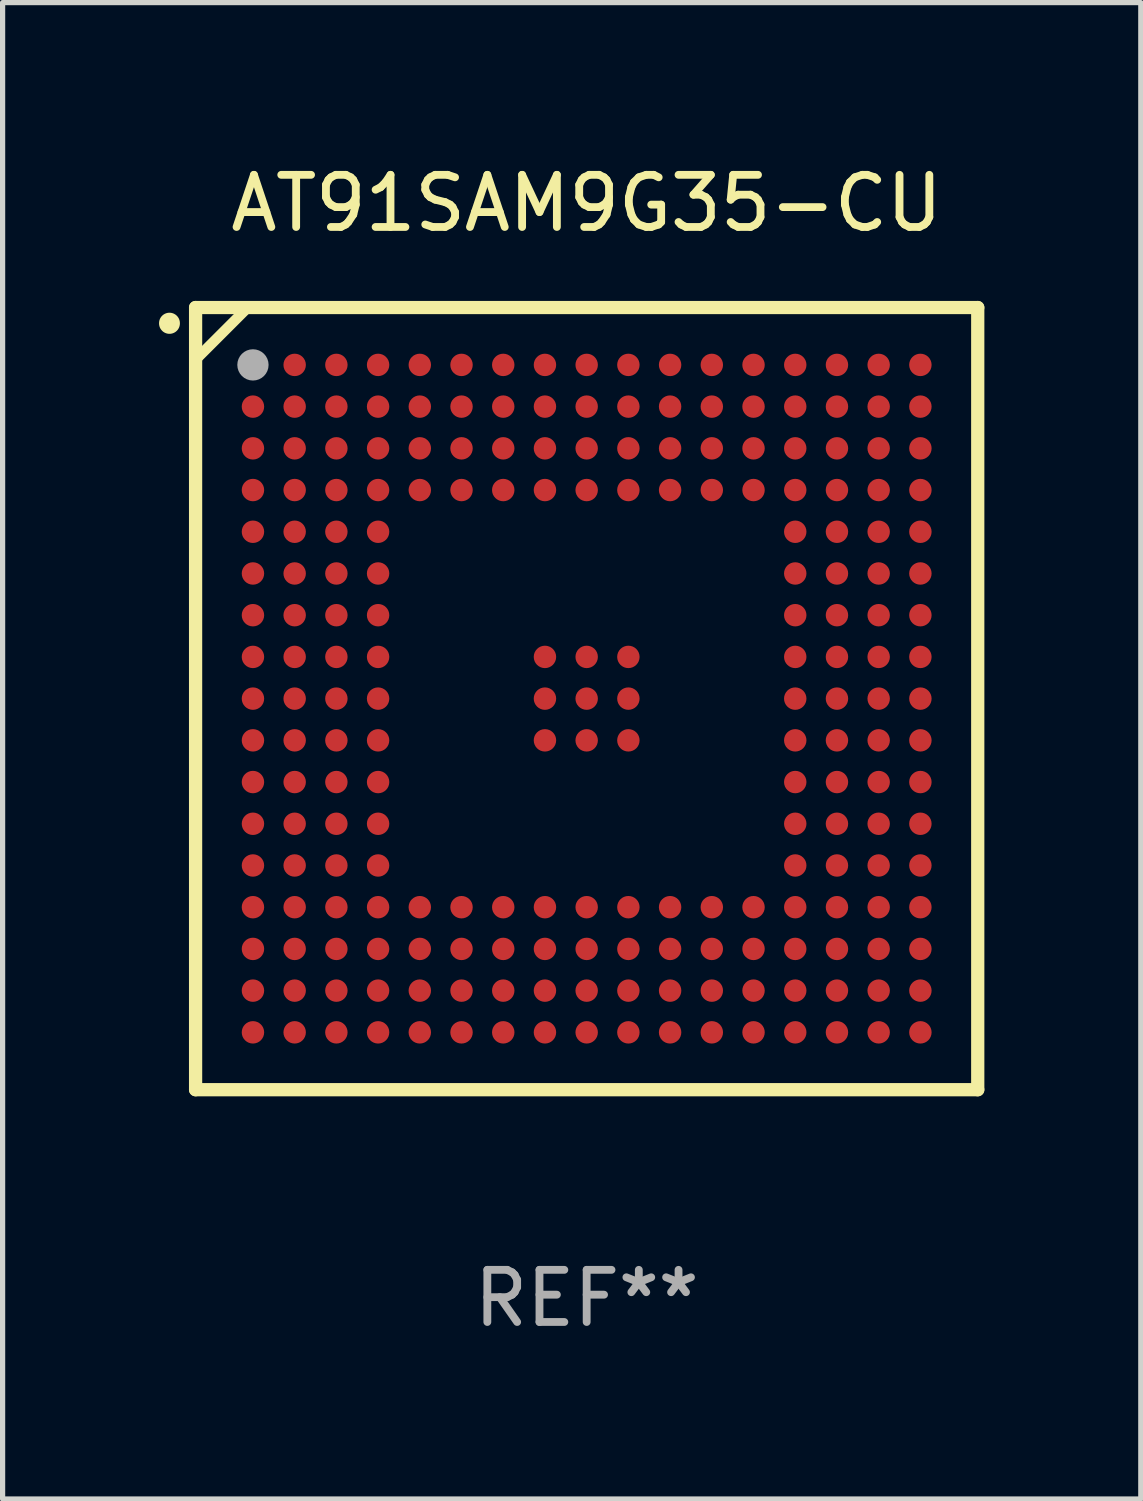
<source format=kicad_pcb>
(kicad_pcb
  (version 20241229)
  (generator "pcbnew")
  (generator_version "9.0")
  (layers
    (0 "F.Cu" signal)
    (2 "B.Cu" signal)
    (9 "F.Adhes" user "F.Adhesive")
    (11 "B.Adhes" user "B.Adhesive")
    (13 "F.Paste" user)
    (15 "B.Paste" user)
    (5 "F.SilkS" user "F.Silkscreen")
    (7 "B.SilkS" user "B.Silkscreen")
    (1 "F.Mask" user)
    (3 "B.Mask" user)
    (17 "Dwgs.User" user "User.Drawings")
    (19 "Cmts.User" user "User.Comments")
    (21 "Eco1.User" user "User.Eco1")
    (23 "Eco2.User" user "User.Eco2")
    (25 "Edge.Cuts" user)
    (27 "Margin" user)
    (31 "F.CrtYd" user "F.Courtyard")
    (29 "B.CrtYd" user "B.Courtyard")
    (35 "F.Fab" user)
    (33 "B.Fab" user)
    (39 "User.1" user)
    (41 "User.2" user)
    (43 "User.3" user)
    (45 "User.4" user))
  (footprint "AT91SAM9G35-CU"
    (layer "F.Cu")
    (at 8.201 10.348)
    (property "Reference" "AT91SAM9G35-CU" (at 0 -9.5 0) (layer "F.SilkS") (effects (font (size 1 1) (thickness 0.15))))
    (attr through_hole)
    (fp_line (start -7.5 -7.5) (end 7.5 -7.5) (stroke (width 0.254) (type solid)) (layer "F.SilkS"))
    (fp_line (start -7.5 -6.5) (end -6.5 -7.5) (stroke (width 0.2) (type solid)) (layer "F.SilkS"))
    (fp_line (start -7.5 7.5) (end -7.5 -7.5) (stroke (width 0.254) (type solid)) (layer "F.SilkS"))
    (fp_line (start 7.5 -7.5) (end 7.5 7.5) (stroke (width 0.254) (type solid)) (layer "F.SilkS"))
    (fp_line (start 7.5 7.5) (end -7.5 7.5) (stroke (width 0.254) (type solid)) (layer "F.SilkS"))
    (fp_arc (start -8.001016 -7.195847) (mid -8.001032 -7.198387) (end -8.001016 -7.200927) (stroke (width 0.4) (type solid)) (layer "F.SilkS"))
    (fp_circle (center -7.5 -7.5) (end -7.47 -7.5) (stroke (width 0.06) (type solid)) (fill no) (layer "F.SilkS"))
    (fp_circle (center -6.4 -6.4) (end -6.25 -6.4) (stroke (width 0.3) (type solid)) (fill no) (layer "F.Fab"))
    (fp_text user "REF**" (at 0 11.5 0) (layer "F.Fab") (effects (font (size 1 1) (thickness 0.15))))
    (pad "A1" smd circle (at -6.4 -6.4) (size 0.43 0.43) (layers "F.Cu" "F.Mask" "F.Paste"))
    (pad "A2" smd circle (at -5.6 -6.4) (size 0.43 0.43) (layers "F.Cu" "F.Mask" "F.Paste"))
    (pad "A3" smd circle (at -4.8 -6.4) (size 0.43 0.43) (layers "F.Cu" "F.Mask" "F.Paste"))
    (pad "A4" smd circle (at -4 -6.4) (size 0.43 0.43) (layers "F.Cu" "F.Mask" "F.Paste"))
    (pad "A5" smd circle (at -3.2 -6.4) (size 0.43 0.43) (layers "F.Cu" "F.Mask" "F.Paste"))
    (pad "A6" smd circle (at -2.4 -6.4) (size 0.43 0.43) (layers "F.Cu" "F.Mask" "F.Paste"))
    (pad "A7" smd circle (at -1.6 -6.4) (size 0.43 0.43) (layers "F.Cu" "F.Mask" "F.Paste"))
    (pad "A8" smd circle (at -0.8 -6.4) (size 0.43 0.43) (layers "F.Cu" "F.Mask" "F.Paste"))
    (pad "A9" smd circle (at 0 -6.4) (size 0.43 0.43) (layers "F.Cu" "F.Mask" "F.Paste"))
    (pad "A10" smd circle (at 0.8 -6.4) (size 0.43 0.43) (layers "F.Cu" "F.Mask" "F.Paste"))
    (pad "A11" smd circle (at 1.6 -6.4) (size 0.43 0.43) (layers "F.Cu" "F.Mask" "F.Paste"))
    (pad "A12" smd circle (at 2.4 -6.4) (size 0.43 0.43) (layers "F.Cu" "F.Mask" "F.Paste"))
    (pad "A13" smd circle (at 3.2 -6.4) (size 0.43 0.43) (layers "F.Cu" "F.Mask" "F.Paste"))
    (pad "A14" smd circle (at 4 -6.4) (size 0.43 0.43) (layers "F.Cu" "F.Mask" "F.Paste"))
    (pad "A15" smd circle (at 4.8 -6.4) (size 0.43 0.43) (layers "F.Cu" "F.Mask" "F.Paste"))
    (pad "A16" smd circle (at 5.6 -6.4) (size 0.43 0.43) (layers "F.Cu" "F.Mask" "F.Paste"))
    (pad "A17" smd circle (at 6.4 -6.4) (size 0.43 0.43) (layers "F.Cu" "F.Mask" "F.Paste"))
    (pad "B1" smd circle (at -6.4 -5.6) (size 0.43 0.43) (layers "F.Cu" "F.Mask" "F.Paste"))
    (pad "B2" smd circle (at -5.6 -5.6) (size 0.43 0.43) (layers "F.Cu" "F.Mask" "F.Paste"))
    (pad "B3" smd circle (at -4.8 -5.6) (size 0.43 0.43) (layers "F.Cu" "F.Mask" "F.Paste"))
    (pad "B4" smd circle (at -4 -5.6) (size 0.43 0.43) (layers "F.Cu" "F.Mask" "F.Paste"))
    (pad "B5" smd circle (at -3.2 -5.6) (size 0.43 0.43) (layers "F.Cu" "F.Mask" "F.Paste"))
    (pad "B6" smd circle (at -2.4 -5.6) (size 0.43 0.43) (layers "F.Cu" "F.Mask" "F.Paste"))
    (pad "B7" smd circle (at -1.6 -5.6) (size 0.43 0.43) (layers "F.Cu" "F.Mask" "F.Paste"))
    (pad "B8" smd circle (at -0.8 -5.6) (size 0.43 0.43) (layers "F.Cu" "F.Mask" "F.Paste"))
    (pad "B9" smd circle (at 0 -5.6) (size 0.43 0.43) (layers "F.Cu" "F.Mask" "F.Paste"))
    (pad "B10" smd circle (at 0.8 -5.6) (size 0.43 0.43) (layers "F.Cu" "F.Mask" "F.Paste"))
    (pad "B11" smd circle (at 1.6 -5.6) (size 0.43 0.43) (layers "F.Cu" "F.Mask" "F.Paste"))
    (pad "B12" smd circle (at 2.4 -5.6) (size 0.43 0.43) (layers "F.Cu" "F.Mask" "F.Paste"))
    (pad "B13" smd circle (at 3.2 -5.6) (size 0.43 0.43) (layers "F.Cu" "F.Mask" "F.Paste"))
    (pad "B14" smd circle (at 4 -5.6) (size 0.43 0.43) (layers "F.Cu" "F.Mask" "F.Paste"))
    (pad "B15" smd circle (at 4.8 -5.6) (size 0.43 0.43) (layers "F.Cu" "F.Mask" "F.Paste"))
    (pad "B16" smd circle (at 5.6 -5.6) (size 0.43 0.43) (layers "F.Cu" "F.Mask" "F.Paste"))
    (pad "B17" smd circle (at 6.4 -5.6) (size 0.43 0.43) (layers "F.Cu" "F.Mask" "F.Paste"))
    (pad "C1" smd circle (at -6.4 -4.8) (size 0.43 0.43) (layers "F.Cu" "F.Mask" "F.Paste"))
    (pad "C2" smd circle (at -5.6 -4.8) (size 0.43 0.43) (layers "F.Cu" "F.Mask" "F.Paste"))
    (pad "C3" smd circle (at -4.8 -4.8) (size 0.43 0.43) (layers "F.Cu" "F.Mask" "F.Paste"))
    (pad "C4" smd circle (at -4 -4.8) (size 0.43 0.43) (layers "F.Cu" "F.Mask" "F.Paste"))
    (pad "C5" smd circle (at -3.2 -4.8) (size 0.43 0.43) (layers "F.Cu" "F.Mask" "F.Paste"))
    (pad "C6" smd circle (at -2.4 -4.8) (size 0.43 0.43) (layers "F.Cu" "F.Mask" "F.Paste"))
    (pad "C7" smd circle (at -1.6 -4.8) (size 0.43 0.43) (layers "F.Cu" "F.Mask" "F.Paste"))
    (pad "C8" smd circle (at -0.8 -4.8) (size 0.43 0.43) (layers "F.Cu" "F.Mask" "F.Paste"))
    (pad "C9" smd circle (at 0 -4.8) (size 0.43 0.43) (layers "F.Cu" "F.Mask" "F.Paste"))
    (pad "C10" smd circle (at 0.8 -4.8) (size 0.43 0.43) (layers "F.Cu" "F.Mask" "F.Paste"))
    (pad "C11" smd circle (at 1.6 -4.8) (size 0.43 0.43) (layers "F.Cu" "F.Mask" "F.Paste"))
    (pad "C12" smd circle (at 2.4 -4.8) (size 0.43 0.43) (layers "F.Cu" "F.Mask" "F.Paste"))
    (pad "C13" smd circle (at 3.2 -4.8) (size 0.43 0.43) (layers "F.Cu" "F.Mask" "F.Paste"))
    (pad "C14" smd circle (at 4 -4.8) (size 0.43 0.43) (layers "F.Cu" "F.Mask" "F.Paste"))
    (pad "C15" smd circle (at 4.8 -4.8) (size 0.43 0.43) (layers "F.Cu" "F.Mask" "F.Paste"))
    (pad "C16" smd circle (at 5.6 -4.8) (size 0.43 0.43) (layers "F.Cu" "F.Mask" "F.Paste"))
    (pad "C17" smd circle (at 6.4 -4.8) (size 0.43 0.43) (layers "F.Cu" "F.Mask" "F.Paste"))
    (pad "D1" smd circle (at -6.4 -4) (size 0.43 0.43) (layers "F.Cu" "F.Mask" "F.Paste"))
    (pad "D2" smd circle (at -5.6 -4) (size 0.43 0.43) (layers "F.Cu" "F.Mask" "F.Paste"))
    (pad "D3" smd circle (at -4.8 -4) (size 0.43 0.43) (layers "F.Cu" "F.Mask" "F.Paste"))
    (pad "D4" smd circle (at -4 -4) (size 0.43 0.43) (layers "F.Cu" "F.Mask" "F.Paste"))
    (pad "D5" smd circle (at -3.2 -4) (size 0.43 0.43) (layers "F.Cu" "F.Mask" "F.Paste"))
    (pad "D6" smd circle (at -2.4 -4) (size 0.43 0.43) (layers "F.Cu" "F.Mask" "F.Paste"))
    (pad "D7" smd circle (at -1.6 -4) (size 0.43 0.43) (layers "F.Cu" "F.Mask" "F.Paste"))
    (pad "D8" smd circle (at -0.8 -4) (size 0.43 0.43) (layers "F.Cu" "F.Mask" "F.Paste"))
    (pad "D9" smd circle (at 0 -4) (size 0.43 0.43) (layers "F.Cu" "F.Mask" "F.Paste"))
    (pad "D10" smd circle (at 0.8 -4) (size 0.43 0.43) (layers "F.Cu" "F.Mask" "F.Paste"))
    (pad "D11" smd circle (at 1.6 -4) (size 0.43 0.43) (layers "F.Cu" "F.Mask" "F.Paste"))
    (pad "D12" smd circle (at 2.4 -4) (size 0.43 0.43) (layers "F.Cu" "F.Mask" "F.Paste"))
    (pad "D13" smd circle (at 3.2 -4) (size 0.43 0.43) (layers "F.Cu" "F.Mask" "F.Paste"))
    (pad "D14" smd circle (at 4 -4) (size 0.43 0.43) (layers "F.Cu" "F.Mask" "F.Paste"))
    (pad "D15" smd circle (at 4.8 -4) (size 0.43 0.43) (layers "F.Cu" "F.Mask" "F.Paste"))
    (pad "D16" smd circle (at 5.6 -4) (size 0.43 0.43) (layers "F.Cu" "F.Mask" "F.Paste"))
    (pad "D17" smd circle (at 6.4 -4) (size 0.43 0.43) (layers "F.Cu" "F.Mask" "F.Paste"))
    (pad "E1" smd circle (at -6.4 -3.2) (size 0.43 0.43) (layers "F.Cu" "F.Mask" "F.Paste"))
    (pad "E2" smd circle (at -5.6 -3.2) (size 0.43 0.43) (layers "F.Cu" "F.Mask" "F.Paste"))
    (pad "E3" smd circle (at -4.8 -3.2) (size 0.43 0.43) (layers "F.Cu" "F.Mask" "F.Paste"))
    (pad "E4" smd circle (at -4 -3.2) (size 0.43 0.43) (layers "F.Cu" "F.Mask" "F.Paste"))
    (pad "E14" smd circle (at 4 -3.2) (size 0.43 0.43) (layers "F.Cu" "F.Mask" "F.Paste"))
    (pad "E15" smd circle (at 4.8 -3.2) (size 0.43 0.43) (layers "F.Cu" "F.Mask" "F.Paste"))
    (pad "E16" smd circle (at 5.6 -3.2) (size 0.43 0.43) (layers "F.Cu" "F.Mask" "F.Paste"))
    (pad "E17" smd circle (at 6.4 -3.2) (size 0.43 0.43) (layers "F.Cu" "F.Mask" "F.Paste"))
    (pad "F1" smd circle (at -6.4 -2.4) (size 0.43 0.43) (layers "F.Cu" "F.Mask" "F.Paste"))
    (pad "F2" smd circle (at -5.6 -2.4) (size 0.43 0.43) (layers "F.Cu" "F.Mask" "F.Paste"))
    (pad "F3" smd circle (at -4.8 -2.4) (size 0.43 0.43) (layers "F.Cu" "F.Mask" "F.Paste"))
    (pad "F4" smd circle (at -4 -2.4) (size 0.43 0.43) (layers "F.Cu" "F.Mask" "F.Paste"))
    (pad "F14" smd circle (at 4 -2.4) (size 0.43 0.43) (layers "F.Cu" "F.Mask" "F.Paste"))
    (pad "F15" smd circle (at 4.8 -2.4) (size 0.43 0.43) (layers "F.Cu" "F.Mask" "F.Paste"))
    (pad "F16" smd circle (at 5.6 -2.4) (size 0.43 0.43) (layers "F.Cu" "F.Mask" "F.Paste"))
    (pad "F17" smd circle (at 6.4 -2.4) (size 0.43 0.43) (layers "F.Cu" "F.Mask" "F.Paste"))
    (pad "G1" smd circle (at -6.4 -1.6) (size 0.43 0.43) (layers "F.Cu" "F.Mask" "F.Paste"))
    (pad "G2" smd circle (at -5.6 -1.6) (size 0.43 0.43) (layers "F.Cu" "F.Mask" "F.Paste"))
    (pad "G3" smd circle (at -4.8 -1.6) (size 0.43 0.43) (layers "F.Cu" "F.Mask" "F.Paste"))
    (pad "G4" smd circle (at -4 -1.6) (size 0.43 0.43) (layers "F.Cu" "F.Mask" "F.Paste"))
    (pad "G14" smd circle (at 4 -1.6) (size 0.43 0.43) (layers "F.Cu" "F.Mask" "F.Paste"))
    (pad "G15" smd circle (at 4.8 -1.6) (size 0.43 0.43) (layers "F.Cu" "F.Mask" "F.Paste"))
    (pad "G16" smd circle (at 5.6 -1.6) (size 0.43 0.43) (layers "F.Cu" "F.Mask" "F.Paste"))
    (pad "G17" smd circle (at 6.4 -1.6) (size 0.43 0.43) (layers "F.Cu" "F.Mask" "F.Paste"))
    (pad "H1" smd circle (at -6.4 -0.8) (size 0.43 0.43) (layers "F.Cu" "F.Mask" "F.Paste"))
    (pad "H2" smd circle (at -5.6 -0.8) (size 0.43 0.43) (layers "F.Cu" "F.Mask" "F.Paste"))
    (pad "H3" smd circle (at -4.8 -0.8) (size 0.43 0.43) (layers "F.Cu" "F.Mask" "F.Paste"))
    (pad "H4" smd circle (at -4 -0.8) (size 0.43 0.43) (layers "F.Cu" "F.Mask" "F.Paste"))
    (pad "H8" smd circle (at -0.8 -0.8) (size 0.43 0.43) (layers "F.Cu" "F.Mask" "F.Paste"))
    (pad "H9" smd circle (at 0 -0.8) (size 0.43 0.43) (layers "F.Cu" "F.Mask" "F.Paste"))
    (pad "H10" smd circle (at 0.8 -0.8) (size 0.43 0.43) (layers "F.Cu" "F.Mask" "F.Paste"))
    (pad "H14" smd circle (at 4 -0.8) (size 0.43 0.43) (layers "F.Cu" "F.Mask" "F.Paste"))
    (pad "H15" smd circle (at 4.8 -0.8) (size 0.43 0.43) (layers "F.Cu" "F.Mask" "F.Paste"))
    (pad "H16" smd circle (at 5.6 -0.8) (size 0.43 0.43) (layers "F.Cu" "F.Mask" "F.Paste"))
    (pad "H17" smd circle (at 6.4 -0.8) (size 0.43 0.43) (layers "F.Cu" "F.Mask" "F.Paste"))
    (pad "J1" smd circle (at -6.4 -0.000013) (size 0.43 0.43) (layers "F.Cu" "F.Mask" "F.Paste"))
    (pad "J2" smd circle (at -5.6 -0.000013) (size 0.43 0.43) (layers "F.Cu" "F.Mask" "F.Paste"))
    (pad "J3" smd circle (at -4.8 -0.000013) (size 0.43 0.43) (layers "F.Cu" "F.Mask" "F.Paste"))
    (pad "J4" smd circle (at -4 -0.000013) (size 0.43 0.43) (layers "F.Cu" "F.Mask" "F.Paste"))
    (pad "J8" smd circle (at -0.8 -0.000013) (size 0.43 0.43) (layers "F.Cu" "F.Mask" "F.Paste"))
    (pad "J9" smd circle (at 0 -0.000013) (size 0.43 0.43) (layers "F.Cu" "F.Mask" "F.Paste"))
    (pad "J10" smd circle (at 0.8 -0.000013) (size 0.43 0.43) (layers "F.Cu" "F.Mask" "F.Paste"))
    (pad "J14" smd circle (at 4 -0.000013) (size 0.43 0.43) (layers "F.Cu" "F.Mask" "F.Paste"))
    (pad "J15" smd circle (at 4.8 -0.000013) (size 0.43 0.43) (layers "F.Cu" "F.Mask" "F.Paste"))
    (pad "J16" smd circle (at 5.6 -0.000013) (size 0.43 0.43) (layers "F.Cu" "F.Mask" "F.Paste"))
    (pad "J17" smd circle (at 6.4 -0.000013) (size 0.43 0.43) (layers "F.Cu" "F.Mask" "F.Paste"))
    (pad "K1" smd circle (at -6.4 0.8) (size 0.43 0.43) (layers "F.Cu" "F.Mask" "F.Paste"))
    (pad "K2" smd circle (at -5.6 0.8) (size 0.43 0.43) (layers "F.Cu" "F.Mask" "F.Paste"))
    (pad "K3" smd circle (at -4.8 0.8) (size 0.43 0.43) (layers "F.Cu" "F.Mask" "F.Paste"))
    (pad "K4" smd circle (at -4 0.8) (size 0.43 0.43) (layers "F.Cu" "F.Mask" "F.Paste"))
    (pad "K8" smd circle (at -0.8 0.8) (size 0.43 0.43) (layers "F.Cu" "F.Mask" "F.Paste"))
    (pad "K9" smd circle (at 0 0.8) (size 0.43 0.43) (layers "F.Cu" "F.Mask" "F.Paste"))
    (pad "K10" smd circle (at 0.8 0.8) (size 0.43 0.43) (layers "F.Cu" "F.Mask" "F.Paste"))
    (pad "K14" smd circle (at 4 0.8) (size 0.43 0.43) (layers "F.Cu" "F.Mask" "F.Paste"))
    (pad "K15" smd circle (at 4.8 0.8) (size 0.43 0.43) (layers "F.Cu" "F.Mask" "F.Paste"))
    (pad "K16" smd circle (at 5.6 0.8) (size 0.43 0.43) (layers "F.Cu" "F.Mask" "F.Paste"))
    (pad "K17" smd circle (at 6.4 0.8) (size 0.43 0.43) (layers "F.Cu" "F.Mask" "F.Paste"))
    (pad "L1" smd circle (at -6.4 1.6) (size 0.43 0.43) (layers "F.Cu" "F.Mask" "F.Paste"))
    (pad "L2" smd circle (at -5.6 1.6) (size 0.43 0.43) (layers "F.Cu" "F.Mask" "F.Paste"))
    (pad "L3" smd circle (at -4.8 1.6) (size 0.43 0.43) (layers "F.Cu" "F.Mask" "F.Paste"))
    (pad "L4" smd circle (at -4 1.6) (size 0.43 0.43) (layers "F.Cu" "F.Mask" "F.Paste"))
    (pad "L14" smd circle (at 4 1.6) (size 0.43 0.43) (layers "F.Cu" "F.Mask" "F.Paste"))
    (pad "L15" smd circle (at 4.8 1.6) (size 0.43 0.43) (layers "F.Cu" "F.Mask" "F.Paste"))
    (pad "L16" smd circle (at 5.6 1.6) (size 0.43 0.43) (layers "F.Cu" "F.Mask" "F.Paste"))
    (pad "L17" smd circle (at 6.4 1.6) (size 0.43 0.43) (layers "F.Cu" "F.Mask" "F.Paste"))
    (pad "M1" smd circle (at -6.4 2.4) (size 0.43 0.43) (layers "F.Cu" "F.Mask" "F.Paste"))
    (pad "M2" smd circle (at -5.6 2.4) (size 0.43 0.43) (layers "F.Cu" "F.Mask" "F.Paste"))
    (pad "M3" smd circle (at -4.8 2.4) (size 0.43 0.43) (layers "F.Cu" "F.Mask" "F.Paste"))
    (pad "M4" smd circle (at -4 2.4) (size 0.43 0.43) (layers "F.Cu" "F.Mask" "F.Paste"))
    (pad "M14" smd circle (at 4 2.4) (size 0.43 0.43) (layers "F.Cu" "F.Mask" "F.Paste"))
    (pad "M15" smd circle (at 4.8 2.4) (size 0.43 0.43) (layers "F.Cu" "F.Mask" "F.Paste"))
    (pad "M16" smd circle (at 5.6 2.4) (size 0.43 0.43) (layers "F.Cu" "F.Mask" "F.Paste"))
    (pad "M17" smd circle (at 6.4 2.4) (size 0.43 0.43) (layers "F.Cu" "F.Mask" "F.Paste"))
    (pad "N1" smd circle (at -6.4 3.2) (size 0.43 0.43) (layers "F.Cu" "F.Mask" "F.Paste"))
    (pad "N2" smd circle (at -5.6 3.2) (size 0.43 0.43) (layers "F.Cu" "F.Mask" "F.Paste"))
    (pad "N3" smd circle (at -4.8 3.2) (size 0.43 0.43) (layers "F.Cu" "F.Mask" "F.Paste"))
    (pad "N4" smd circle (at -4 3.2) (size 0.43 0.43) (layers "F.Cu" "F.Mask" "F.Paste"))
    (pad "N14" smd circle (at 4 3.2) (size 0.43 0.43) (layers "F.Cu" "F.Mask" "F.Paste"))
    (pad "N15" smd circle (at 4.8 3.2) (size 0.43 0.43) (layers "F.Cu" "F.Mask" "F.Paste"))
    (pad "N16" smd circle (at 5.6 3.2) (size 0.43 0.43) (layers "F.Cu" "F.Mask" "F.Paste"))
    (pad "N17" smd circle (at 6.4 3.2) (size 0.43 0.43) (layers "F.Cu" "F.Mask" "F.Paste"))
    (pad "P1" smd circle (at -6.4 4) (size 0.43 0.43) (layers "F.Cu" "F.Mask" "F.Paste"))
    (pad "P2" smd circle (at -5.6 4) (size 0.43 0.43) (layers "F.Cu" "F.Mask" "F.Paste"))
    (pad "P3" smd circle (at -4.8 4) (size 0.43 0.43) (layers "F.Cu" "F.Mask" "F.Paste"))
    (pad "P4" smd circle (at -4 4) (size 0.43 0.43) (layers "F.Cu" "F.Mask" "F.Paste"))
    (pad "P5" smd circle (at -3.2 4) (size 0.43 0.43) (layers "F.Cu" "F.Mask" "F.Paste"))
    (pad "P6" smd circle (at -2.4 4) (size 0.43 0.43) (layers "F.Cu" "F.Mask" "F.Paste"))
    (pad "P7" smd circle (at -1.6 4) (size 0.43 0.43) (layers "F.Cu" "F.Mask" "F.Paste"))
    (pad "P8" smd circle (at -0.8 4) (size 0.43 0.43) (layers "F.Cu" "F.Mask" "F.Paste"))
    (pad "P9" smd circle (at 0 4) (size 0.43 0.43) (layers "F.Cu" "F.Mask" "F.Paste"))
    (pad "P10" smd circle (at 0.8 4) (size 0.43 0.43) (layers "F.Cu" "F.Mask" "F.Paste"))
    (pad "P11" smd circle (at 1.6 4) (size 0.43 0.43) (layers "F.Cu" "F.Mask" "F.Paste"))
    (pad "P12" smd circle (at 2.4 4) (size 0.43 0.43) (layers "F.Cu" "F.Mask" "F.Paste"))
    (pad "P13" smd circle (at 3.2 4) (size 0.43 0.43) (layers "F.Cu" "F.Mask" "F.Paste"))
    (pad "P14" smd circle (at 4 4) (size 0.43 0.43) (layers "F.Cu" "F.Mask" "F.Paste"))
    (pad "P15" smd circle (at 4.8 4) (size 0.43 0.43) (layers "F.Cu" "F.Mask" "F.Paste"))
    (pad "P16" smd circle (at 5.6 4) (size 0.43 0.43) (layers "F.Cu" "F.Mask" "F.Paste"))
    (pad "P17" smd circle (at 6.4 4) (size 0.43 0.43) (layers "F.Cu" "F.Mask" "F.Paste"))
    (pad "R1" smd circle (at -6.4 4.8) (size 0.43 0.43) (layers "F.Cu" "F.Mask" "F.Paste"))
    (pad "R2" smd circle (at -5.6 4.8) (size 0.43 0.43) (layers "F.Cu" "F.Mask" "F.Paste"))
    (pad "R3" smd circle (at -4.8 4.8) (size 0.43 0.43) (layers "F.Cu" "F.Mask" "F.Paste"))
    (pad "R4" smd circle (at -4 4.8) (size 0.43 0.43) (layers "F.Cu" "F.Mask" "F.Paste"))
    (pad "R5" smd circle (at -3.2 4.8) (size 0.43 0.43) (layers "F.Cu" "F.Mask" "F.Paste"))
    (pad "R6" smd circle (at -2.4 4.8) (size 0.43 0.43) (layers "F.Cu" "F.Mask" "F.Paste"))
    (pad "R7" smd circle (at -1.6 4.8) (size 0.43 0.43) (layers "F.Cu" "F.Mask" "F.Paste"))
    (pad "R8" smd circle (at -0.8 4.8) (size 0.43 0.43) (layers "F.Cu" "F.Mask" "F.Paste"))
    (pad "R9" smd circle (at 0 4.8) (size 0.43 0.43) (layers "F.Cu" "F.Mask" "F.Paste"))
    (pad "R10" smd circle (at 0.8 4.8) (size 0.43 0.43) (layers "F.Cu" "F.Mask" "F.Paste"))
    (pad "R11" smd circle (at 1.6 4.8) (size 0.43 0.43) (layers "F.Cu" "F.Mask" "F.Paste"))
    (pad "R12" smd circle (at 2.4 4.8) (size 0.43 0.43) (layers "F.Cu" "F.Mask" "F.Paste"))
    (pad "R13" smd circle (at 3.2 4.8) (size 0.43 0.43) (layers "F.Cu" "F.Mask" "F.Paste"))
    (pad "R14" smd circle (at 4 4.8) (size 0.43 0.43) (layers "F.Cu" "F.Mask" "F.Paste"))
    (pad "R15" smd circle (at 4.8 4.8) (size 0.43 0.43) (layers "F.Cu" "F.Mask" "F.Paste"))
    (pad "R16" smd circle (at 5.6 4.8) (size 0.43 0.43) (layers "F.Cu" "F.Mask" "F.Paste"))
    (pad "R17" smd circle (at 6.4 4.8) (size 0.43 0.43) (layers "F.Cu" "F.Mask" "F.Paste"))
    (pad "T1" smd circle (at -6.4 5.6) (size 0.43 0.43) (layers "F.Cu" "F.Mask" "F.Paste"))
    (pad "T2" smd circle (at -5.6 5.6) (size 0.43 0.43) (layers "F.Cu" "F.Mask" "F.Paste"))
    (pad "T3" smd circle (at -4.8 5.6) (size 0.43 0.43) (layers "F.Cu" "F.Mask" "F.Paste"))
    (pad "T4" smd circle (at -4 5.6) (size 0.43 0.43) (layers "F.Cu" "F.Mask" "F.Paste"))
    (pad "T5" smd circle (at -3.2 5.6) (size 0.43 0.43) (layers "F.Cu" "F.Mask" "F.Paste"))
    (pad "T6" smd circle (at -2.4 5.6) (size 0.43 0.43) (layers "F.Cu" "F.Mask" "F.Paste"))
    (pad "T7" smd circle (at -1.6 5.6) (size 0.43 0.43) (layers "F.Cu" "F.Mask" "F.Paste"))
    (pad "T8" smd circle (at -0.8 5.6) (size 0.43 0.43) (layers "F.Cu" "F.Mask" "F.Paste"))
    (pad "T9" smd circle (at 0 5.6) (size 0.43 0.43) (layers "F.Cu" "F.Mask" "F.Paste"))
    (pad "T10" smd circle (at 0.8 5.6) (size 0.43 0.43) (layers "F.Cu" "F.Mask" "F.Paste"))
    (pad "T11" smd circle (at 1.6 5.6) (size 0.43 0.43) (layers "F.Cu" "F.Mask" "F.Paste"))
    (pad "T12" smd circle (at 2.4 5.6) (size 0.43 0.43) (layers "F.Cu" "F.Mask" "F.Paste"))
    (pad "T13" smd circle (at 3.2 5.6) (size 0.43 0.43) (layers "F.Cu" "F.Mask" "F.Paste"))
    (pad "T14" smd circle (at 4 5.6) (size 0.43 0.43) (layers "F.Cu" "F.Mask" "F.Paste"))
    (pad "T15" smd circle (at 4.8 5.6) (size 0.43 0.43) (layers "F.Cu" "F.Mask" "F.Paste"))
    (pad "T16" smd circle (at 5.6 5.6) (size 0.43 0.43) (layers "F.Cu" "F.Mask" "F.Paste"))
    (pad "T17" smd circle (at 6.4 5.6) (size 0.43 0.43) (layers "F.Cu" "F.Mask" "F.Paste"))
    (pad "U1" smd circle (at -6.4 6.4) (size 0.43 0.43) (layers "F.Cu" "F.Mask" "F.Paste"))
    (pad "U2" smd circle (at -5.6 6.4) (size 0.43 0.43) (layers "F.Cu" "F.Mask" "F.Paste"))
    (pad "U3" smd circle (at -4.8 6.4) (size 0.43 0.43) (layers "F.Cu" "F.Mask" "F.Paste"))
    (pad "U4" smd circle (at -4 6.4) (size 0.43 0.43) (layers "F.Cu" "F.Mask" "F.Paste"))
    (pad "U5" smd circle (at -3.2 6.4) (size 0.43 0.43) (layers "F.Cu" "F.Mask" "F.Paste"))
    (pad "U6" smd circle (at -2.4 6.4) (size 0.43 0.43) (layers "F.Cu" "F.Mask" "F.Paste"))
    (pad "U7" smd circle (at -1.6 6.4) (size 0.43 0.43) (layers "F.Cu" "F.Mask" "F.Paste"))
    (pad "U8" smd circle (at -0.8 6.4) (size 0.43 0.43) (layers "F.Cu" "F.Mask" "F.Paste"))
    (pad "U9" smd circle (at 0 6.4) (size 0.43 0.43) (layers "F.Cu" "F.Mask" "F.Paste"))
    (pad "U10" smd circle (at 0.8 6.4) (size 0.43 0.43) (layers "F.Cu" "F.Mask" "F.Paste"))
    (pad "U11" smd circle (at 1.6 6.4) (size 0.43 0.43) (layers "F.Cu" "F.Mask" "F.Paste"))
    (pad "U12" smd circle (at 2.4 6.4) (size 0.43 0.43) (layers "F.Cu" "F.Mask" "F.Paste"))
    (pad "U13" smd circle (at 3.2 6.4) (size 0.43 0.43) (layers "F.Cu" "F.Mask" "F.Paste"))
    (pad "U14" smd circle (at 4 6.4) (size 0.43 0.43) (layers "F.Cu" "F.Mask" "F.Paste"))
    (pad "U15" smd circle (at 4.8 6.4) (size 0.43 0.43) (layers "F.Cu" "F.Mask" "F.Paste"))
    (pad "U16" smd circle (at 5.6 6.4) (size 0.43 0.43) (layers "F.Cu" "F.Mask" "F.Paste"))
    (pad "U17" smd circle (at 6.4 6.4) (size 0.43 0.43) (layers "F.Cu" "F.Mask" "F.Paste")))
  (gr_rect
    (start -3 -3)
    (end 18.828 25.697)
    (stroke (width 0.1) (type default))
    (fill no)
    (layer "Edge.Cuts")))
</source>
